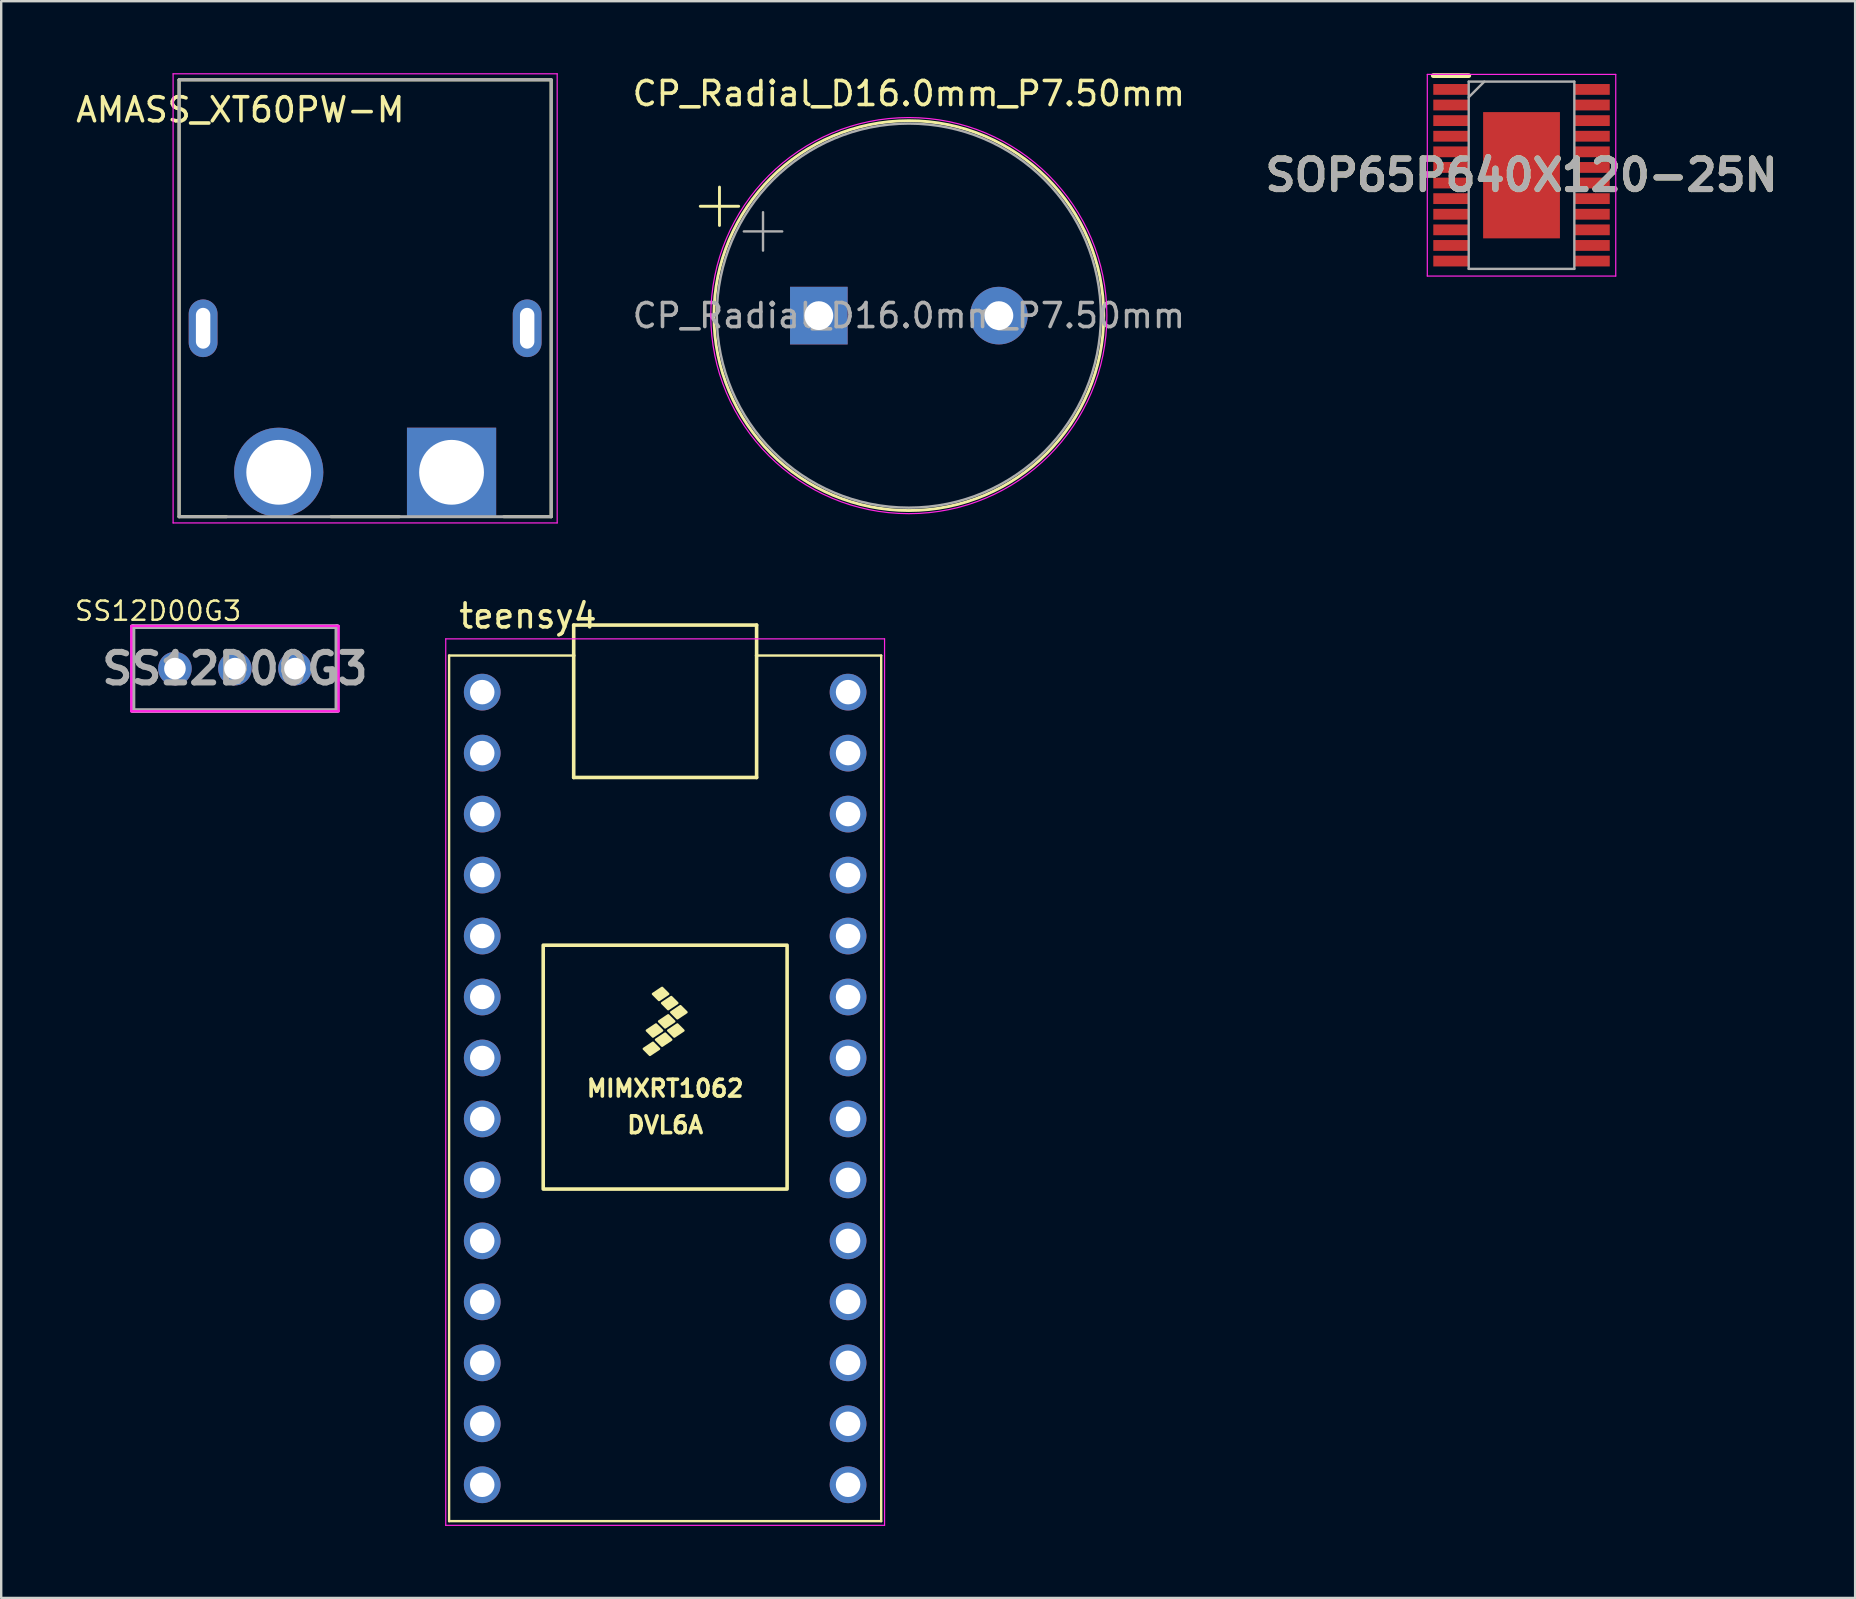
<source format=kicad_pcb>
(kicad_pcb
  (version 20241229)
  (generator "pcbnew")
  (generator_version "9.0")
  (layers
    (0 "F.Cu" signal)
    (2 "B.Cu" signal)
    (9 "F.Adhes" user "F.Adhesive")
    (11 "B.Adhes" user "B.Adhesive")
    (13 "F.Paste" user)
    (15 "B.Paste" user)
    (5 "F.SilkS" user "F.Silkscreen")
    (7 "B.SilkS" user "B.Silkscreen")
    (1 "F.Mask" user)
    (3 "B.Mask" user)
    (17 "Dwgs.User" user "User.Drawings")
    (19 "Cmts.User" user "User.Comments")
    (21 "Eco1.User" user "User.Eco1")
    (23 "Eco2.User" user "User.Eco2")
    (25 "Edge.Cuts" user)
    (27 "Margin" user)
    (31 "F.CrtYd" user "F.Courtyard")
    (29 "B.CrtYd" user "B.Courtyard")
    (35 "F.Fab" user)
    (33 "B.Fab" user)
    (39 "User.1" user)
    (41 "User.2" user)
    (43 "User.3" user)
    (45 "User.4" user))
  (footprint "SS12D00G3"
    (layer "F.Cu")
    (at 6.737 24.803)
    (property "Reference" "SS12D00G3" (at -3.2 -2.4 0) (layer "F.SilkS") (effects (font (size 0.8 0.8) (thickness 0.1))))
    (attr through_hole)
    (fp_line (start -4.25 -1.75) (end 4.25 -1.75) (stroke (width 0.1) (type solid)) (layer "F.SilkS"))
    (fp_line (start -4.25 1.75) (end -4.25 -1.75) (stroke (width 0.1) (type solid)) (layer "F.SilkS"))
    (fp_line (start 4.25 -1.75) (end 4.25 1.75) (stroke (width 0.1) (type solid)) (layer "F.SilkS"))
    (fp_line (start 4.25 1.75) (end -4.25 1.75) (stroke (width 0.1) (type solid)) (layer "F.SilkS"))
    (fp_line (start -4.318 -1.778) (end 4.318 -1.778) (stroke (width 0.1) (type solid)) (layer "F.CrtYd"))
    (fp_line (start -4.318 1.778) (end -4.318 -1.778) (stroke (width 0.1) (type solid)) (layer "F.CrtYd"))
    (fp_line (start 4.318 -1.778) (end 4.318 1.778) (stroke (width 0.1) (type solid)) (layer "F.CrtYd"))
    (fp_line (start 4.318 1.778) (end -4.318 1.778) (stroke (width 0.1) (type solid)) (layer "F.CrtYd"))
    (fp_line (start -4.25 -1.75) (end 4.25 -1.75) (stroke (width 0.2) (type solid)) (layer "F.Fab"))
    (fp_line (start -4.25 1.75) (end -4.25 -1.75) (stroke (width 0.2) (type solid)) (layer "F.Fab"))
    (fp_line (start 4.25 -1.75) (end 4.25 1.75) (stroke (width 0.2) (type solid)) (layer "F.Fab"))
    (fp_line (start 4.25 1.75) (end -4.25 1.75) (stroke (width 0.2) (type solid)) (layer "F.Fab"))
    (fp_text user "${REFERENCE}" (at 0 0 0) (layer "F.Fab") (effects (font (size 1.27 1.27) (thickness 0.254))))
    (pad "1" thru_hole circle (at -2.5 0) (size 1.4 1.4) (drill 0.9) (layers "*.Cu" "*.Mask"))
    (pad "2" thru_hole circle (at 0 0) (size 1.4 1.4) (drill 0.9) (layers "*.Cu" "*.Mask"))
    (pad "3" thru_hole circle (at 2.5 0) (size 1.4 1.4) (drill 0.9) (layers "*.Cu" "*.Mask")))
  (footprint "AMASS_XT60PW-M"
    (layer "F.Cu")
    (at 12.161 10.625)
    (property "Reference" "AMASS_XT60PW-M" (at -5.2 -9.1 0) (layer "F.SilkS") (effects (font (size 1 1) (thickness 0.15))))
    (attr through_hole)
    (fp_line (start -7.75 -10.35) (end -7.75 7.85) (stroke (width 0.127) (type solid)) (layer "F.SilkS"))
    (fp_line (start -7.75 7.85) (end -5.778 7.85) (stroke (width 0.127) (type solid)) (layer "F.SilkS"))
    (fp_line (start -1.422 7.85) (end 1.422 7.85) (stroke (width 0.127) (type solid)) (layer "F.SilkS"))
    (fp_line (start 7.75 -10.35) (end -7.75 -10.35) (stroke (width 0.127) (type solid)) (layer "F.SilkS"))
    (fp_line (start 7.75 7.85) (end 5.778 7.85) (stroke (width 0.127) (type solid)) (layer "F.SilkS"))
    (fp_line (start 7.75 7.85) (end 7.75 -10.35) (stroke (width 0.127) (type solid)) (layer "F.SilkS"))
    (fp_line (start -8 -10.6) (end -8 8.11) (stroke (width 0.05) (type solid)) (layer "F.CrtYd"))
    (fp_line (start -8 8.11) (end 8 8.11) (stroke (width 0.05) (type solid)) (layer "F.CrtYd"))
    (fp_line (start 8 -10.6) (end -8 -10.6) (stroke (width 0.05) (type solid)) (layer "F.CrtYd"))
    (fp_line (start 8 8.11) (end 8 -10.6) (stroke (width 0.05) (type solid)) (layer "F.CrtYd"))
    (fp_line (start -7.75 -10.35) (end -7.75 7.85) (stroke (width 0.127) (type solid)) (layer "F.Fab"))
    (fp_line (start -7.75 7.85) (end 7.75 7.85) (stroke (width 0.127) (type solid)) (layer "F.Fab"))
    (fp_line (start 7.75 -10.35) (end -7.75 -10.35) (stroke (width 0.127) (type solid)) (layer "F.Fab"))
    (fp_line (start 7.75 7.85) (end 7.75 -10.35) (stroke (width 0.127) (type solid)) (layer "F.Fab"))
    (pad "1" thru_hole rect (at 3.6 6) (size 3.716 3.716) (drill 2.7) (layers "*.Cu" "*.Mask"))
    (pad "2" thru_hole circle (at -3.6 6) (size 3.716 3.716) (drill 2.7) (layers "*.Cu" "*.Mask"))
    (pad "S1" thru_hole oval (at 6.75 0) (size 1.2 2.4) (drill oval 0.6 1.7) (layers "*.Cu" "*.Mask"))
    (pad "S2" thru_hole oval (at -6.75 0) (size 1.2 2.4) (drill oval 0.6 1.7) (layers "*.Cu" "*.Mask")))
  (footprint "CP_Radial_D16.0mm_P7.50mm"
    (layer "F.Cu")
    (at 31.061 10.098)
    (property "Reference" "CP_Radial_D16.0mm_P7.50mm" (at 3.75 -9.25 0) (layer "F.SilkS") (effects (font (size 1 1) (thickness 0.15))))
    (attr through_hole)
    (fp_line (start -4.939 -4.555) (end -3.339 -4.555) (stroke (width 0.12) (type solid)) (layer "F.SilkS"))
    (fp_line (start -4.139 -5.355) (end -4.139 -3.755) (stroke (width 0.12) (type solid)) (layer "F.SilkS"))
    (fp_circle (center 3.75 0) (end 11.87 0) (stroke (width 0.12) (type solid)) (fill no) (layer "F.SilkS"))
    (fp_circle (center 3.75 0) (end 12 0) (stroke (width 0.05) (type solid)) (fill no) (layer "F.CrtYd"))
    (fp_line (start -3.125 -3.507) (end -1.525 -3.507) (stroke (width 0.1) (type solid)) (layer "F.Fab"))
    (fp_line (start -2.325 -4.308) (end -2.325 -2.708) (stroke (width 0.1) (type solid)) (layer "F.Fab"))
    (fp_circle (center 3.75 0) (end 11.75 0) (stroke (width 0.1) (type solid)) (fill no) (layer "F.Fab"))
    (fp_text user "${REFERENCE}" (at 3.75 0 0) (layer "F.Fab") (effects (font (size 1 1) (thickness 0.15))))
    (pad "1" thru_hole rect (at 0 0) (size 2.4 2.4) (drill 1.2) (layers "*.Cu" "*.Mask"))
    (pad "2" thru_hole circle (at 7.5 0) (size 2.4 2.4) (drill 1.2) (layers "*.Cu" "*.Mask")))
  (footprint "SOP65P640X120-25N"
    (layer "F.Cu")
    (at 60.334 4.25)
    (property "Reference" "SOP65P640X120-25N" (at 0 0 0) (layer "F.SilkS") (effects (font (size 1.27 1.27) (thickness 0.254))))
    (attr smd)
    (fp_line (start -3.675 -4.15) (end -2.2 -4.15) (stroke (width 0.2) (type solid)) (layer "F.SilkS"))
    (fp_line (start -3.925 -4.2) (end 3.925 -4.2) (stroke (width 0.05) (type solid)) (layer "F.CrtYd"))
    (fp_line (start -3.925 4.2) (end -3.925 -4.2) (stroke (width 0.05) (type solid)) (layer "F.CrtYd"))
    (fp_line (start 3.925 -4.2) (end 3.925 4.2) (stroke (width 0.05) (type solid)) (layer "F.CrtYd"))
    (fp_line (start 3.925 4.2) (end -3.925 4.2) (stroke (width 0.05) (type solid)) (layer "F.CrtYd"))
    (fp_line (start -2.2 -3.9) (end 2.2 -3.9) (stroke (width 0.1) (type solid)) (layer "F.Fab"))
    (fp_line (start -2.2 -3.25) (end -1.55 -3.9) (stroke (width 0.1) (type solid)) (layer "F.Fab"))
    (fp_line (start -2.2 3.9) (end -2.2 -3.9) (stroke (width 0.1) (type solid)) (layer "F.Fab"))
    (fp_line (start 2.2 -3.9) (end 2.2 3.9) (stroke (width 0.1) (type solid)) (layer "F.Fab"))
    (fp_line (start 2.2 3.9) (end -2.2 3.9) (stroke (width 0.1) (type solid)) (layer "F.Fab"))
    (fp_text user "${REFERENCE}" (at 0 0 0) (layer "F.Fab") (effects (font (size 1.27 1.27) (thickness 0.254))))
    (pad "1" smd rect (at -2.938 -3.575 90) (size 0.45 1.475) (layers "F.Cu" "F.Mask" "F.Paste"))
    (pad "2" smd rect (at -2.938 -2.925 90) (size 0.45 1.475) (layers "F.Cu" "F.Mask" "F.Paste"))
    (pad "3" smd rect (at -2.938 -2.275 90) (size 0.45 1.475) (layers "F.Cu" "F.Mask" "F.Paste"))
    (pad "4" smd rect (at -2.938 -1.625 90) (size 0.45 1.475) (layers "F.Cu" "F.Mask" "F.Paste"))
    (pad "5" smd rect (at -2.938 -0.975 90) (size 0.45 1.475) (layers "F.Cu" "F.Mask" "F.Paste"))
    (pad "6" smd rect (at -2.938 -0.325 90) (size 0.45 1.475) (layers "F.Cu" "F.Mask" "F.Paste"))
    (pad "7" smd rect (at -2.938 0.325 90) (size 0.45 1.475) (layers "F.Cu" "F.Mask" "F.Paste"))
    (pad "8" smd rect (at -2.938 0.975 90) (size 0.45 1.475) (layers "F.Cu" "F.Mask" "F.Paste"))
    (pad "9" smd rect (at -2.938 1.625 90) (size 0.45 1.475) (layers "F.Cu" "F.Mask" "F.Paste"))
    (pad "10" smd rect (at -2.938 2.275 90) (size 0.45 1.475) (layers "F.Cu" "F.Mask" "F.Paste"))
    (pad "11" smd rect (at -2.938 2.925 90) (size 0.45 1.475) (layers "F.Cu" "F.Mask" "F.Paste"))
    (pad "12" smd rect (at -2.938 3.575 90) (size 0.45 1.475) (layers "F.Cu" "F.Mask" "F.Paste"))
    (pad "13" smd rect (at 2.938 3.575 90) (size 0.45 1.475) (layers "F.Cu" "F.Mask" "F.Paste"))
    (pad "14" smd rect (at 2.938 2.925 90) (size 0.45 1.475) (layers "F.Cu" "F.Mask" "F.Paste"))
    (pad "15" smd rect (at 2.938 2.275 90) (size 0.45 1.475) (layers "F.Cu" "F.Mask" "F.Paste"))
    (pad "16" smd rect (at 2.938 1.625 90) (size 0.45 1.475) (layers "F.Cu" "F.Mask" "F.Paste"))
    (pad "17" smd rect (at 2.938 0.975 90) (size 0.45 1.475) (layers "F.Cu" "F.Mask" "F.Paste"))
    (pad "18" smd rect (at 2.938 0.325 90) (size 0.45 1.475) (layers "F.Cu" "F.Mask" "F.Paste"))
    (pad "19" smd rect (at 2.938 -0.325 90) (size 0.45 1.475) (layers "F.Cu" "F.Mask" "F.Paste"))
    (pad "20" smd rect (at 2.938 -0.975 90) (size 0.45 1.475) (layers "F.Cu" "F.Mask" "F.Paste"))
    (pad "21" smd rect (at 2.938 -1.625 90) (size 0.45 1.475) (layers "F.Cu" "F.Mask" "F.Paste"))
    (pad "22" smd rect (at 2.938 -2.275 90) (size 0.45 1.475) (layers "F.Cu" "F.Mask" "F.Paste"))
    (pad "23" smd rect (at 2.938 -2.925 90) (size 0.45 1.475) (layers "F.Cu" "F.Mask" "F.Paste"))
    (pad "24" smd rect (at 2.938 -3.575 90) (size 0.45 1.475) (layers "F.Cu" "F.Mask" "F.Paste"))
    (pad "25" smd rect (at 0 0) (size 3.2 5.26) (layers "F.Cu" "F.Mask" "F.Paste")))
  (footprint "teensy4"
    (layer "F.Cu")
    (at 24.659 42.293)
    (property "Reference" "teensy4" (at -5.715 -19.685 0) (layer "F.SilkS") (effects (font (size 1 1) (thickness 0.15))))
    (attr through_hole)
    (fp_line (start -9 -18.034) (end -9 18.026) (stroke (width 0.1) (type default)) (layer "F.SilkS"))
    (fp_line (start -3.81 -19.304) (end 3.81 -19.304) (stroke (width 0.15) (type solid)) (layer "F.SilkS"))
    (fp_line (start -3.81 -18.034) (end -9 -18.034) (stroke (width 0.1) (type default)) (layer "F.SilkS"))
    (fp_line (start -3.81 -18.034) (end -3.81 -19.304) (stroke (width 0.15) (type solid)) (layer "F.SilkS"))
    (fp_line (start -3.81 -12.954) (end -3.81 -18.034) (stroke (width 0.15) (type solid)) (layer "F.SilkS"))
    (fp_line (start -3.81 -12.954) (end 3.81 -12.954) (stroke (width 0.15) (type solid)) (layer "F.SilkS"))
    (fp_line (start 3.81 -19.304) (end 3.81 -18.034) (stroke (width 0.15) (type solid)) (layer "F.SilkS"))
    (fp_line (start 3.81 -12.954) (end 3.81 -18.034) (stroke (width 0.15) (type solid)) (layer "F.SilkS"))
    (fp_line (start 9 -18.034) (end 3.81 -18.034) (stroke (width 0.1) (type default)) (layer "F.SilkS"))
    (fp_line (start 9 -18.034) (end 9 18.026) (stroke (width 0.1) (type default)) (layer "F.SilkS"))
    (fp_line (start 9 18.026) (end -9 18.026) (stroke (width 0.1) (type default)) (layer "F.SilkS"))
    (fp_rect (start 5.08 -5.969) (end -5.08 4.191) (stroke (width 0.15) (type solid)) (fill no) (layer "F.SilkS"))
    (fp_poly (pts (xy -0.508 -1.905) (xy -0.254 -1.651) (xy -0.635 -1.397) (xy -0.889 -1.651)) (stroke (width 0.1) (type solid)) (fill yes) (layer "F.SilkS"))
    (fp_poly (pts (xy -0.381 -2.667) (xy -0.127 -2.413) (xy -0.508 -2.159) (xy -0.762 -2.413)) (stroke (width 0.1) (type solid)) (fill yes) (layer "F.SilkS"))
    (fp_poly (pts (xy -0.127 -4.191) (xy 0.127 -3.937) (xy -0.254 -3.683) (xy -0.508 -3.937)) (stroke (width 0.1) (type solid)) (fill yes) (layer "F.SilkS"))
    (fp_poly (pts (xy 0 -2.286) (xy 0.254 -2.032) (xy -0.127 -1.778) (xy -0.381 -2.032)) (stroke (width 0.1) (type solid)) (fill yes) (layer "F.SilkS"))
    (fp_poly (pts (xy 0.127 -3.048) (xy 0.381 -2.794) (xy 0 -2.54) (xy -0.254 -2.794)) (stroke (width 0.1) (type solid)) (fill yes) (layer "F.SilkS"))
    (fp_poly (pts (xy 0.254 -3.81) (xy 0.508 -3.556) (xy 0.127 -3.302) (xy -0.127 -3.556)) (stroke (width 0.1) (type solid)) (fill yes) (layer "F.SilkS"))
    (fp_poly (pts (xy 0.508 -2.667) (xy 0.762 -2.413) (xy 0.381 -2.159) (xy 0.127 -2.413)) (stroke (width 0.1) (type solid)) (fill yes) (layer "F.SilkS"))
    (fp_poly (pts (xy 0.635 -3.429) (xy 0.889 -3.175) (xy 0.508 -2.921) (xy 0.254 -3.175)) (stroke (width 0.1) (type solid)) (fill yes) (layer "F.SilkS"))
    (fp_line (start -9.14 -18.73) (end 9.14 -18.73) (stroke (width 0.05) (type solid)) (layer "F.CrtYd"))
    (fp_line (start -9.14 18.2) (end -9.14 -18.73) (stroke (width 0.05) (type solid)) (layer "F.CrtYd"))
    (fp_line (start 9.14 -18.73) (end 9.14 18.2) (stroke (width 0.05) (type solid)) (layer "F.CrtYd"))
    (fp_line (start 9.14 18.2) (end -9.14 18.2) (stroke (width 0.05) (type solid)) (layer "F.CrtYd"))
    (fp_text user "MIMXRT1062" (at 0 0 0) (layer "F.SilkS") (effects (font (size 0.7 0.7) (thickness 0.15))))
    (fp_text user "DVL6A" (at 0 1.524 0) (layer "F.SilkS") (effects (font (size 0.7 0.7) (thickness 0.15))))
    (pad "0" thru_hole circle (at -7.62 -13.97) (size 1.53 1.53) (drill 1.02) (layers "*.Cu" "*.Mask"))
    (pad "1" thru_hole circle (at -7.62 -11.43) (size 1.53 1.53) (drill 1.02) (layers "*.Cu" "*.Mask"))
    (pad "2" thru_hole circle (at -7.62 -8.89) (size 1.53 1.53) (drill 1.02) (layers "*.Cu" "*.Mask"))
    (pad "3" thru_hole circle (at -7.62 -6.35) (size 1.53 1.53) (drill 1.02) (layers "*.Cu" "*.Mask"))
    (pad "3.3V_2" thru_hole circle (at 7.62 -11.43) (size 1.53 1.53) (drill 1.02) (layers "*.Cu" "*.Mask"))
    (pad "4" thru_hole circle (at -7.62 -3.81) (size 1.53 1.53) (drill 1.02) (layers "*.Cu" "*.Mask"))
    (pad "5" thru_hole circle (at -7.62 -1.27) (size 1.53 1.53) (drill 1.02) (layers "*.Cu" "*.Mask"))
    (pad "6" thru_hole circle (at -7.62 1.27) (size 1.53 1.53) (drill 1.02) (layers "*.Cu" "*.Mask"))
    (pad "7" thru_hole circle (at -7.62 3.81) (size 1.53 1.53) (drill 1.02) (layers "*.Cu" "*.Mask"))
    (pad "8" thru_hole circle (at -7.62 6.35) (size 1.53 1.53) (drill 1.02) (layers "*.Cu" "*.Mask"))
    (pad "9" thru_hole circle (at -7.62 8.89) (size 1.53 1.53) (drill 1.02) (layers "*.Cu" "*.Mask"))
    (pad "10" thru_hole circle (at -7.62 11.43) (size 1.53 1.53) (drill 1.02) (layers "*.Cu" "*.Mask"))
    (pad "11" thru_hole circle (at -7.62 13.97) (size 1.53 1.53) (drill 1.02) (layers "*.Cu" "*.Mask"))
    (pad "12" thru_hole circle (at -7.62 16.51) (size 1.53 1.53) (drill 1.02) (layers "*.Cu" "*.Mask"))
    (pad "13" thru_hole circle (at 7.62 16.51) (size 1.53 1.53) (drill 1.02) (layers "*.Cu" "*.Mask"))
    (pad "14" thru_hole circle (at 7.62 13.97) (size 1.53 1.53) (drill 1.02) (layers "*.Cu" "*.Mask"))
    (pad "15" thru_hole circle (at 7.62 11.43) (size 1.53 1.53) (drill 1.02) (layers "*.Cu" "*.Mask"))
    (pad "16" thru_hole circle (at 7.62 8.89) (size 1.53 1.53) (drill 1.02) (layers "*.Cu" "*.Mask"))
    (pad "17" thru_hole circle (at 7.62 6.35) (size 1.53 1.53) (drill 1.02) (layers "*.Cu" "*.Mask"))
    (pad "18" thru_hole circle (at 7.62 3.81) (size 1.53 1.53) (drill 1.02) (layers "*.Cu" "*.Mask"))
    (pad "19" thru_hole circle (at 7.62 1.27) (size 1.53 1.53) (drill 1.02) (layers "*.Cu" "*.Mask"))
    (pad "20" thru_hole circle (at 7.62 -1.27) (size 1.53 1.53) (drill 1.02) (layers "*.Cu" "*.Mask"))
    (pad "21" thru_hole circle (at 7.62 -3.81) (size 1.53 1.53) (drill 1.02) (layers "*.Cu" "*.Mask"))
    (pad "22" thru_hole circle (at 7.62 -6.35) (size 1.53 1.53) (drill 1.02) (layers "*.Cu" "*.Mask"))
    (pad "23" thru_hole circle (at 7.62 -8.89) (size 1.53 1.53) (drill 1.02) (layers "*.Cu" "*.Mask"))
    (pad "G1" thru_hole circle (at -7.62 -16.51) (size 1.53 1.53) (drill 1.02) (layers "*.Cu" "*.Mask"))
    (pad "G3" thru_hole circle (at 7.62 -13.97) (size 1.53 1.53) (drill 1.02) (layers "*.Cu" "*.Mask"))
    (pad "VIN" thru_hole circle (at 7.62 -16.51) (size 1.53 1.53) (drill 1.02) (layers "*.Cu" "*.Mask")))
  (gr_rect
    (start -3 -3)
    (end 74.232 63.518)
    (stroke (width 0.1) (type default))
    (fill no)
    (layer "Edge.Cuts")))
</source>
